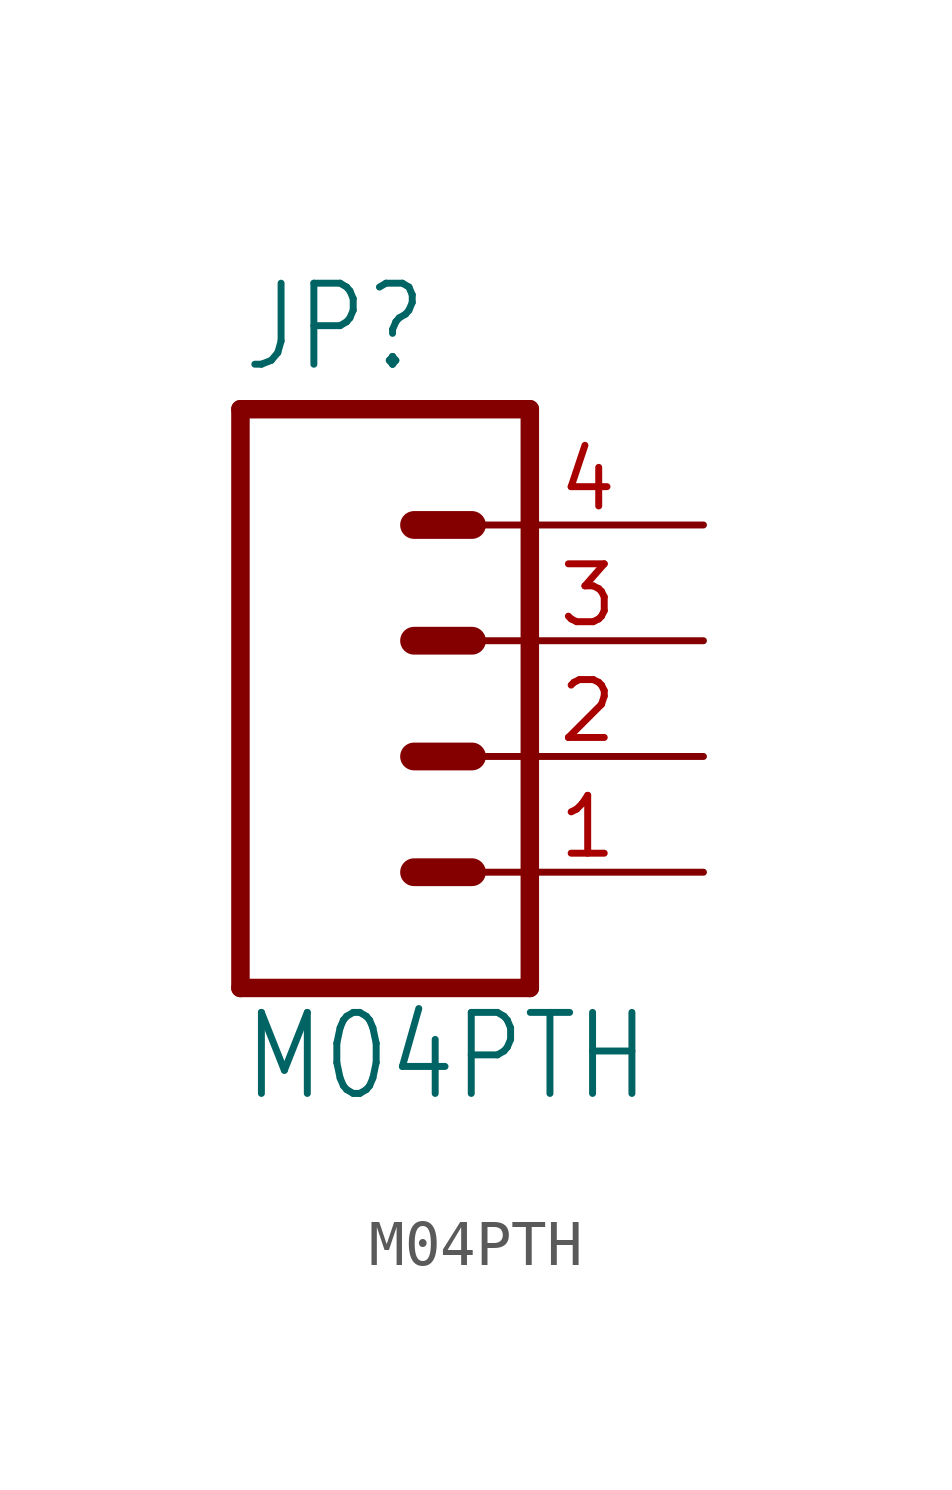
<source format=kicad_sym>
(kicad_symbol_lib
  (version 20211014)
  (generator kicad_symbol_editor)
  (symbol "M04PTH"
    (property "Reference" "JP"
      (at -5.08 8.382 0)
      (effects (font (size 1.778 1.511)) (justify left bottom)))
    (property "Value" "M04PTH"
      (at -5.08 -7.62 0)
      (effects (font (size 1.778 1.511)) (justify left bottom)))
    (property "ki_locked" ""
      (at 0 0 0)
      (effects (font (size 1.27 1.27))))
    (symbol "M04PTH_1_0"
      (polyline (pts (xy -5.08 7.62) (xy -5.08 -5.08)) (stroke (width 0.406) (type default) (color 0 0 0 0)) (fill (type none)))
      (polyline (pts (xy -5.08 7.62) (xy 1.27 7.62)) (stroke (width 0.406) (type default) (color 0 0 0 0)) (fill (type none)))
      (polyline (pts (xy -1.27 -2.54) (xy 0 -2.54)) (stroke (width 0.61) (type default) (color 0 0 0 0)) (fill (type none)))
      (polyline (pts (xy -1.27 0) (xy 0 0)) (stroke (width 0.61) (type default) (color 0 0 0 0)) (fill (type none)))
      (polyline (pts (xy -1.27 2.54) (xy 0 2.54)) (stroke (width 0.61) (type default) (color 0 0 0 0)) (fill (type none)))
      (polyline (pts (xy -1.27 5.08) (xy 0 5.08)) (stroke (width 0.61) (type default) (color 0 0 0 0)) (fill (type none)))
      (polyline (pts (xy 1.27 -5.08) (xy -5.08 -5.08)) (stroke (width 0.406) (type default) (color 0 0 0 0)) (fill (type none)))
      (polyline (pts (xy 1.27 -5.08) (xy 1.27 7.62)) (stroke (width 0.406) (type default) (color 0 0 0 0)) (fill (type none)))
      (pin passive line (at 5.08 -2.54 180) (length 5.08) (name "1" (effects (font (size 0 0)))) (number "1" (effects (font (size 1.27 1.27)))))
      (pin passive line (at 5.08 0 180) (length 5.08) (name "2" (effects (font (size 0 0)))) (number "2" (effects (font (size 1.27 1.27)))))
      (pin passive line (at 5.08 2.54 180) (length 5.08) (name "3" (effects (font (size 0 0)))) (number "3" (effects (font (size 1.27 1.27)))))
      (pin passive line (at 5.08 5.08 180) (length 5.08) (name "4" (effects (font (size 0 0)))) (number "4" (effects (font (size 1.27 1.27))))))))
</source>
